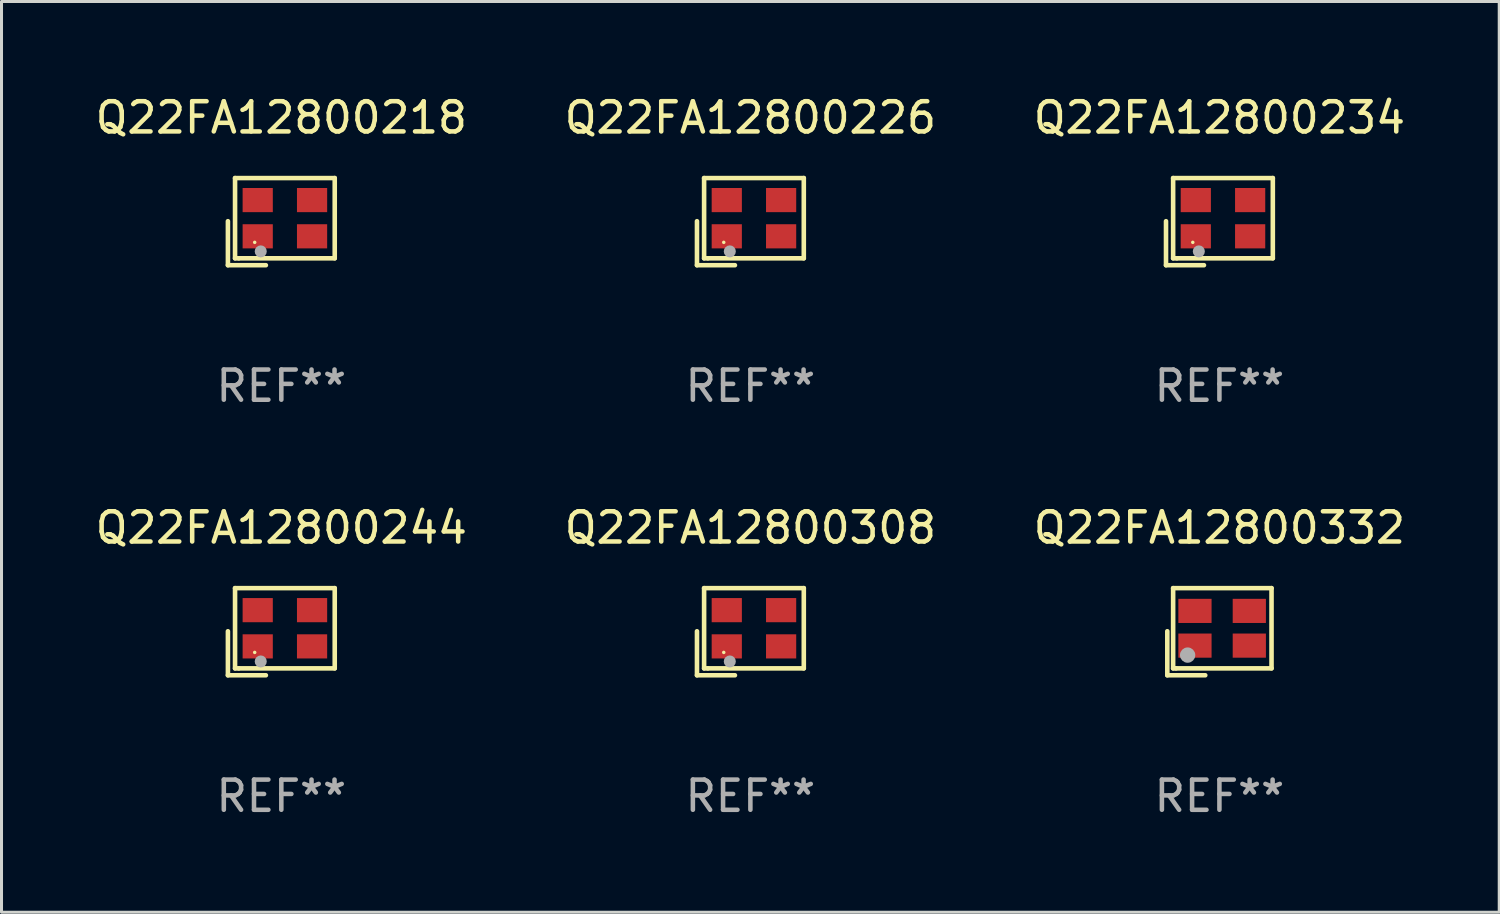
<source format=kicad_pcb>
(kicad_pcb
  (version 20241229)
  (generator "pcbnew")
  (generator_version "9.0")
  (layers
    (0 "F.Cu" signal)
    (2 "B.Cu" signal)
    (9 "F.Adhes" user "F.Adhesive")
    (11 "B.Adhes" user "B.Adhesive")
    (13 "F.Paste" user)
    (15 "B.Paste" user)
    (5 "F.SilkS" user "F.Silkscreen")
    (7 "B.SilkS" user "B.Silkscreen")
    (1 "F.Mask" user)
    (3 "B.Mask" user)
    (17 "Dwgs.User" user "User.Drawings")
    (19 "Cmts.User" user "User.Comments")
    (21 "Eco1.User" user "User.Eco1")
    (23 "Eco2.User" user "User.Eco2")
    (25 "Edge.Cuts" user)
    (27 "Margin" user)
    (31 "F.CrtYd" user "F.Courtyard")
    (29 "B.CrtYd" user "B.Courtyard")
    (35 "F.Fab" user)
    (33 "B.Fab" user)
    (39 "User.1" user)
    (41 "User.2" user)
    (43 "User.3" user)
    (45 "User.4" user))
  (footprint "Q22FA12800226"
    (layer "F.Cu")
    (at 21.804 4.291)
    (property "Reference" "Q22FA12800226" (at 0 -3.443 0) (layer "F.SilkS") (effects (font (size 1 1) (thickness 0.15))))
    (attr through_hole)
    (fp_line (start -1.769 -0.014) (end -1.769 1.443) (stroke (width 0.152) (type solid)) (layer "F.SilkS"))
    (fp_line (start -1.769 1.443) (end -0.512 1.443) (stroke (width 0.152) (type solid)) (layer "F.SilkS"))
    (fp_line (start -1.533 -1.443) (end 1.769 -1.443) (stroke (width 0.152) (type solid)) (layer "F.SilkS"))
    (fp_line (start -1.533 1.214) (end -1.533 -1.443) (stroke (width 0.152) (type solid)) (layer "F.SilkS"))
    (fp_line (start -1.411 1.214) (end -1.533 1.214) (stroke (width 0.152) (type solid)) (layer "F.SilkS"))
    (fp_line (start 1.769 -1.443) (end 1.769 1.214) (stroke (width 0.152) (type solid)) (layer "F.SilkS"))
    (fp_line (start 1.769 1.214) (end -1.411 1.214) (stroke (width 0.152) (type solid)) (layer "F.SilkS"))
    (fp_circle (center -0.882 0.686) (end -0.852 0.686) (stroke (width 0.06) (type solid)) (fill no) (layer "F.SilkS"))
    (fp_circle (center -0.682 0.986) (end -0.582 0.986) (stroke (width 0.2) (type solid)) (fill no) (layer "F.Fab"))
    (fp_text user "REF**" (at 0 5.443 0) (layer "F.Fab") (effects (font (size 1 1) (thickness 0.15))))
    (pad "1" smd rect (at -0.782 0.486 90) (size 0.8 1) (layers "F.Cu" "F.Mask" "F.Paste"))
    (pad "2" smd rect (at 1.018 0.486 90) (size 0.8 1) (layers "F.Cu" "F.Mask" "F.Paste"))
    (pad "3" smd rect (at 1.018 -0.714 90) (size 0.8 1) (layers "F.Cu" "F.Mask" "F.Paste"))
    (pad "4" smd rect (at -0.782 -0.714 90) (size 0.8 1) (layers "F.Cu" "F.Mask" "F.Paste")))
  (footprint "Q22FA12800308"
    (layer "F.Cu")
    (at 21.804 17.873)
    (property "Reference" "Q22FA12800308" (at 0 -3.443 0) (layer "F.SilkS") (effects (font (size 1 1) (thickness 0.15))))
    (attr through_hole)
    (fp_line (start -1.769 -0.014) (end -1.769 1.443) (stroke (width 0.152) (type solid)) (layer "F.SilkS"))
    (fp_line (start -1.769 1.443) (end -0.512 1.443) (stroke (width 0.152) (type solid)) (layer "F.SilkS"))
    (fp_line (start -1.533 -1.443) (end 1.769 -1.443) (stroke (width 0.152) (type solid)) (layer "F.SilkS"))
    (fp_line (start -1.533 1.214) (end -1.533 -1.443) (stroke (width 0.152) (type solid)) (layer "F.SilkS"))
    (fp_line (start -1.411 1.214) (end -1.533 1.214) (stroke (width 0.152) (type solid)) (layer "F.SilkS"))
    (fp_line (start 1.769 -1.443) (end 1.769 1.214) (stroke (width 0.152) (type solid)) (layer "F.SilkS"))
    (fp_line (start 1.769 1.214) (end -1.411 1.214) (stroke (width 0.152) (type solid)) (layer "F.SilkS"))
    (fp_circle (center -0.882 0.686) (end -0.852 0.686) (stroke (width 0.06) (type solid)) (fill no) (layer "F.SilkS"))
    (fp_circle (center -0.682 0.986) (end -0.582 0.986) (stroke (width 0.2) (type solid)) (fill no) (layer "F.Fab"))
    (fp_text user "REF**" (at 0 5.443 0) (layer "F.Fab") (effects (font (size 1 1) (thickness 0.15))))
    (pad "1" smd rect (at -0.782 0.486 90) (size 0.8 1) (layers "F.Cu" "F.Mask" "F.Paste"))
    (pad "2" smd rect (at 1.018 0.486 90) (size 0.8 1) (layers "F.Cu" "F.Mask" "F.Paste"))
    (pad "3" smd rect (at 1.018 -0.714 90) (size 0.8 1) (layers "F.Cu" "F.Mask" "F.Paste"))
    (pad "4" smd rect (at -0.782 -0.714 90) (size 0.8 1) (layers "F.Cu" "F.Mask" "F.Paste")))
  (footprint "Q22FA12800332"
    (layer "F.Cu")
    (at 37.339 17.873)
    (property "Reference" "Q22FA12800332" (at 0 -3.443 0) (layer "F.SilkS") (effects (font (size 1 1) (thickness 0.15))))
    (attr through_hole)
    (fp_line (start -1.726 -0.015) (end -1.726 1.443) (stroke (width 0.152) (type solid)) (layer "F.SilkS"))
    (fp_line (start -1.726 1.443) (end -0.469 1.443) (stroke (width 0.152) (type solid)) (layer "F.SilkS"))
    (fp_line (start -1.533 -1.443) (end 1.726 -1.443) (stroke (width 0.152) (type solid)) (layer "F.SilkS"))
    (fp_line (start -1.533 1.214) (end -1.533 -1.443) (stroke (width 0.152) (type solid)) (layer "F.SilkS"))
    (fp_line (start -1.439 1.214) (end -1.533 1.214) (stroke (width 0.152) (type solid)) (layer "F.SilkS"))
    (fp_line (start 1.726 -1.443) (end 1.726 1.214) (stroke (width 0.152) (type solid)) (layer "F.SilkS"))
    (fp_line (start 1.726 1.214) (end -1.439 1.214) (stroke (width 0.152) (type solid)) (layer "F.SilkS"))
    (fp_circle (center -0.91 0.686) (end -0.88 0.686) (stroke (width 0.06) (type solid)) (fill no) (layer "F.SilkS"))
    (fp_circle (center -1.053 0.775) (end -0.926 0.775) (stroke (width 0.254) (type solid)) (fill no) (layer "F.Fab"))
    (fp_text user "REF**" (at 0 5.443 0) (layer "F.Fab") (effects (font (size 1 1) (thickness 0.15))))
    (pad "1" smd rect (at -0.81 0.461) (size 1.1 0.8) (layers "F.Cu" "F.Mask" "F.Paste"))
    (pad "2" smd rect (at 0.99 0.461) (size 1.1 0.8) (layers "F.Cu" "F.Mask" "F.Paste"))
    (pad "3" smd rect (at 0.99 -0.689) (size 1.1 0.8) (layers "F.Cu" "F.Mask" "F.Paste"))
    (pad "4" smd rect (at -0.81 -0.689) (size 1.1 0.8) (layers "F.Cu" "F.Mask" "F.Paste")))
  (footprint "Q22FA12800244"
    (layer "F.Cu")
    (at 6.268 17.873)
    (property "Reference" "Q22FA12800244" (at 0 -3.443 0) (layer "F.SilkS") (effects (font (size 1 1) (thickness 0.15))))
    (attr through_hole)
    (fp_line (start -1.769 -0.014) (end -1.769 1.443) (stroke (width 0.152) (type solid)) (layer "F.SilkS"))
    (fp_line (start -1.769 1.443) (end -0.512 1.443) (stroke (width 0.152) (type solid)) (layer "F.SilkS"))
    (fp_line (start -1.533 -1.443) (end 1.769 -1.443) (stroke (width 0.152) (type solid)) (layer "F.SilkS"))
    (fp_line (start -1.533 1.214) (end -1.533 -1.443) (stroke (width 0.152) (type solid)) (layer "F.SilkS"))
    (fp_line (start -1.411 1.214) (end -1.533 1.214) (stroke (width 0.152) (type solid)) (layer "F.SilkS"))
    (fp_line (start 1.769 -1.443) (end 1.769 1.214) (stroke (width 0.152) (type solid)) (layer "F.SilkS"))
    (fp_line (start 1.769 1.214) (end -1.411 1.214) (stroke (width 0.152) (type solid)) (layer "F.SilkS"))
    (fp_circle (center -0.882 0.686) (end -0.852 0.686) (stroke (width 0.06) (type solid)) (fill no) (layer "F.SilkS"))
    (fp_circle (center -0.682 0.986) (end -0.582 0.986) (stroke (width 0.2) (type solid)) (fill no) (layer "F.Fab"))
    (fp_text user "REF**" (at 0 5.443 0) (layer "F.Fab") (effects (font (size 1 1) (thickness 0.15))))
    (pad "1" smd rect (at -0.782 0.486 90) (size 0.8 1) (layers "F.Cu" "F.Mask" "F.Paste"))
    (pad "2" smd rect (at 1.018 0.486 90) (size 0.8 1) (layers "F.Cu" "F.Mask" "F.Paste"))
    (pad "3" smd rect (at 1.018 -0.714 90) (size 0.8 1) (layers "F.Cu" "F.Mask" "F.Paste"))
    (pad "4" smd rect (at -0.782 -0.714 90) (size 0.8 1) (layers "F.Cu" "F.Mask" "F.Paste")))
  (footprint "Q22FA12800218"
    (layer "F.Cu")
    (at 6.268 4.291)
    (property "Reference" "Q22FA12800218" (at 0 -3.443 0) (layer "F.SilkS") (effects (font (size 1 1) (thickness 0.15))))
    (attr through_hole)
    (fp_line (start -1.769 -0.014) (end -1.769 1.443) (stroke (width 0.152) (type solid)) (layer "F.SilkS"))
    (fp_line (start -1.769 1.443) (end -0.512 1.443) (stroke (width 0.152) (type solid)) (layer "F.SilkS"))
    (fp_line (start -1.533 -1.443) (end 1.769 -1.443) (stroke (width 0.152) (type solid)) (layer "F.SilkS"))
    (fp_line (start -1.533 1.214) (end -1.533 -1.443) (stroke (width 0.152) (type solid)) (layer "F.SilkS"))
    (fp_line (start -1.411 1.214) (end -1.533 1.214) (stroke (width 0.152) (type solid)) (layer "F.SilkS"))
    (fp_line (start 1.769 -1.443) (end 1.769 1.214) (stroke (width 0.152) (type solid)) (layer "F.SilkS"))
    (fp_line (start 1.769 1.214) (end -1.411 1.214) (stroke (width 0.152) (type solid)) (layer "F.SilkS"))
    (fp_circle (center -0.882 0.686) (end -0.852 0.686) (stroke (width 0.06) (type solid)) (fill no) (layer "F.SilkS"))
    (fp_circle (center -0.682 0.986) (end -0.582 0.986) (stroke (width 0.2) (type solid)) (fill no) (layer "F.Fab"))
    (fp_text user "REF**" (at 0 5.443 0) (layer "F.Fab") (effects (font (size 1 1) (thickness 0.15))))
    (pad "1" smd rect (at -0.782 0.486 90) (size 0.8 1) (layers "F.Cu" "F.Mask" "F.Paste"))
    (pad "2" smd rect (at 1.018 0.486 90) (size 0.8 1) (layers "F.Cu" "F.Mask" "F.Paste"))
    (pad "3" smd rect (at 1.018 -0.714 90) (size 0.8 1) (layers "F.Cu" "F.Mask" "F.Paste"))
    (pad "4" smd rect (at -0.782 -0.714 90) (size 0.8 1) (layers "F.Cu" "F.Mask" "F.Paste")))
  (footprint "Q22FA12800234"
    (layer "F.Cu")
    (at 37.339 4.291)
    (property "Reference" "Q22FA12800234" (at 0 -3.443 0) (layer "F.SilkS") (effects (font (size 1 1) (thickness 0.15))))
    (attr through_hole)
    (fp_line (start -1.769 -0.014) (end -1.769 1.443) (stroke (width 0.152) (type solid)) (layer "F.SilkS"))
    (fp_line (start -1.769 1.443) (end -0.512 1.443) (stroke (width 0.152) (type solid)) (layer "F.SilkS"))
    (fp_line (start -1.533 -1.443) (end 1.769 -1.443) (stroke (width 0.152) (type solid)) (layer "F.SilkS"))
    (fp_line (start -1.533 1.214) (end -1.533 -1.443) (stroke (width 0.152) (type solid)) (layer "F.SilkS"))
    (fp_line (start -1.411 1.214) (end -1.533 1.214) (stroke (width 0.152) (type solid)) (layer "F.SilkS"))
    (fp_line (start 1.769 -1.443) (end 1.769 1.214) (stroke (width 0.152) (type solid)) (layer "F.SilkS"))
    (fp_line (start 1.769 1.214) (end -1.411 1.214) (stroke (width 0.152) (type solid)) (layer "F.SilkS"))
    (fp_circle (center -0.882 0.686) (end -0.852 0.686) (stroke (width 0.06) (type solid)) (fill no) (layer "F.SilkS"))
    (fp_circle (center -0.682 0.986) (end -0.582 0.986) (stroke (width 0.2) (type solid)) (fill no) (layer "F.Fab"))
    (fp_text user "REF**" (at 0 5.443 0) (layer "F.Fab") (effects (font (size 1 1) (thickness 0.15))))
    (pad "1" smd rect (at -0.782 0.486 90) (size 0.8 1) (layers "F.Cu" "F.Mask" "F.Paste"))
    (pad "2" smd rect (at 1.018 0.486 90) (size 0.8 1) (layers "F.Cu" "F.Mask" "F.Paste"))
    (pad "3" smd rect (at 1.018 -0.714 90) (size 0.8 1) (layers "F.Cu" "F.Mask" "F.Paste"))
    (pad "4" smd rect (at -0.782 -0.714 90) (size 0.8 1) (layers "F.Cu" "F.Mask" "F.Paste")))
  (gr_rect
    (start -3 -3)
    (end 46.607 27.164)
    (stroke (width 0.1) (type default))
    (fill no)
    (layer "Edge.Cuts")))
</source>
